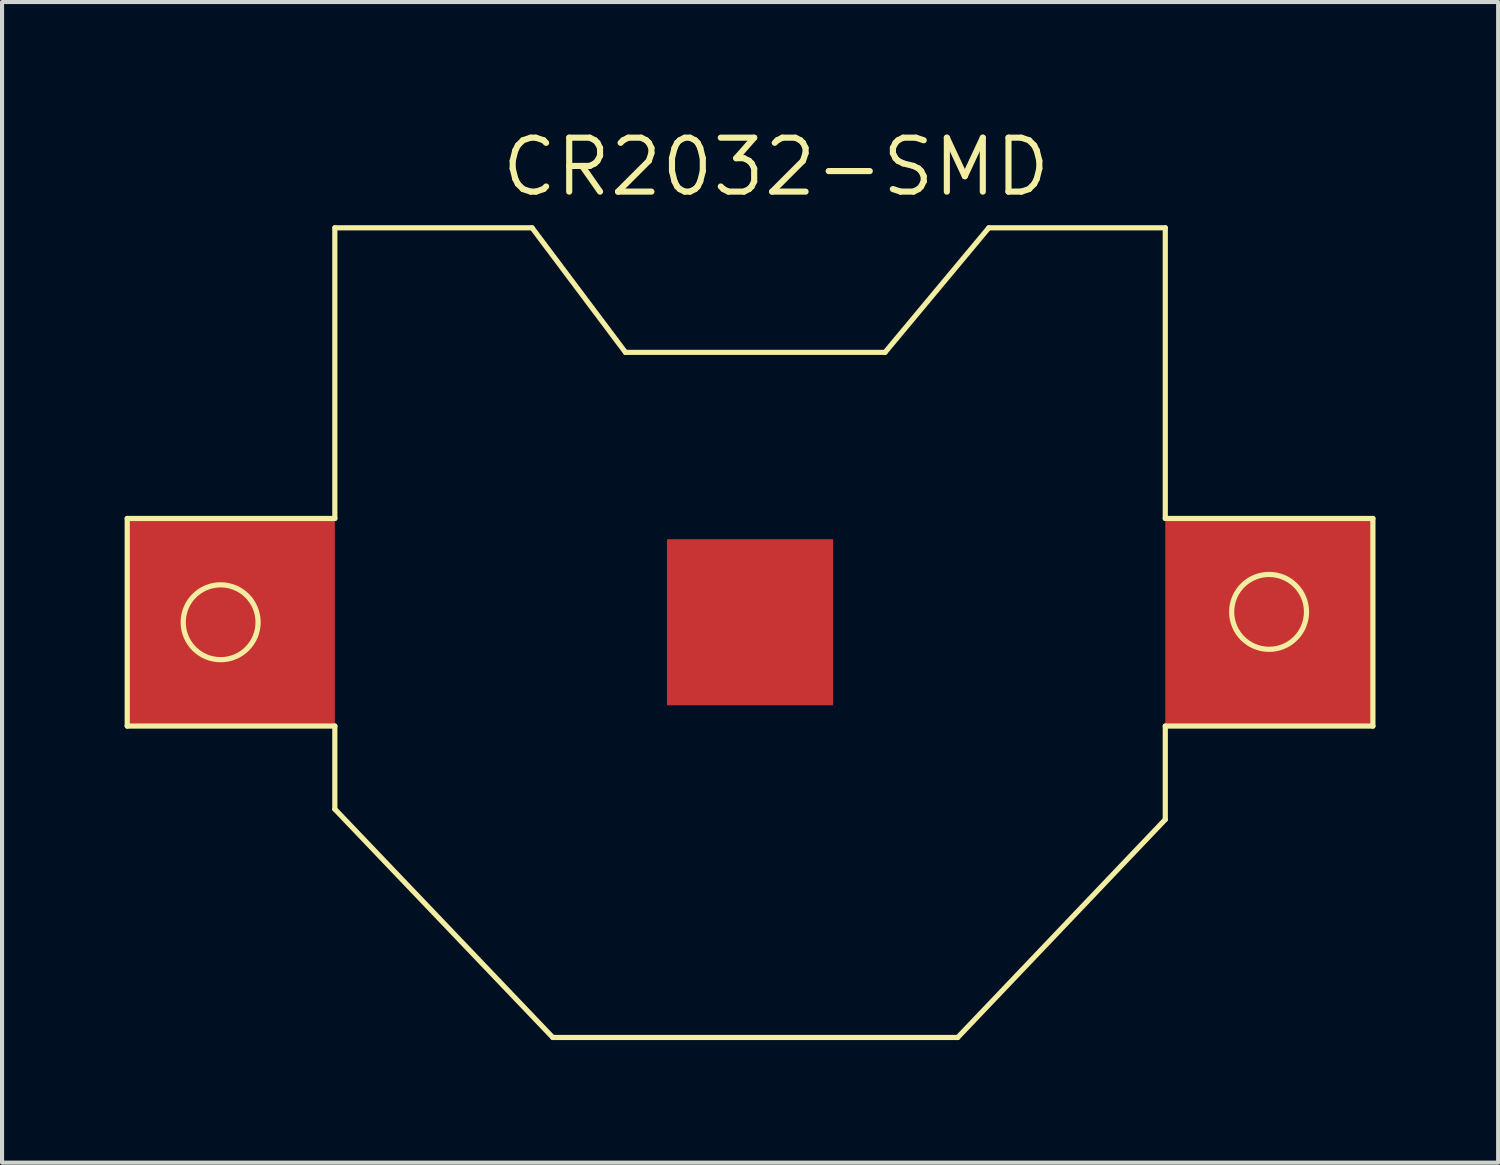
<source format=kicad_pcb>
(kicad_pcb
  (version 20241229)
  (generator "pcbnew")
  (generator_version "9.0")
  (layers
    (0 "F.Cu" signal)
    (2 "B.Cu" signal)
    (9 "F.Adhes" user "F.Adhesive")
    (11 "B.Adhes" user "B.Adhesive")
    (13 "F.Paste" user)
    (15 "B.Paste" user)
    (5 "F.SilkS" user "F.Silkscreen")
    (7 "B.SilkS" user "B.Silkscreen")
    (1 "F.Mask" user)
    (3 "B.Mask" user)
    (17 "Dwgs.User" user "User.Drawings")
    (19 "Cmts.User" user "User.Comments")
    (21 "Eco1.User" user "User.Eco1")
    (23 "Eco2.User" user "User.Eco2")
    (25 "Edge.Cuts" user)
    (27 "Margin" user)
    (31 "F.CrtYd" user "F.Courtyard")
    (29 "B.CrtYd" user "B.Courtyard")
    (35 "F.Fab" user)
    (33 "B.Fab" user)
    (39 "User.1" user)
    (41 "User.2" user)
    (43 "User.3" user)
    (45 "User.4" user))
  (footprint "CR2032-SMD"
    (layer "F.Cu")
    (at 15.303 12.176)
    (property "Reference" "CR2032-SMD" (at 0.635 -11.14 0) (layer "F.SilkS") (effects (font (size 1.32 1.32) (thickness 0.15))))
    (attr smd)
    (fp_poly (pts (xy -9 0) (xy -8.988 -0.471) (xy -8.951 -0.941) (xy -8.889 -1.408) (xy -8.803 -1.871) (xy -8.693 -2.329) (xy -8.56 -2.781) (xy -8.402 -3.225) (xy -8.222 -3.661) (xy -8.019 -4.086) (xy -7.794 -4.5) (xy -7.548 -4.902) (xy -7.281 -5.29) (xy -6.994 -5.664) (xy -6.688 -6.022) (xy -6.364 -6.364) (xy -6.022 -6.688) (xy -5.664 -6.994) (xy -5.29 -7.281) (xy -4.902 -7.548) (xy -4.5 -7.794) (xy -4.086 -8.019) (xy -3.661 -8.222) (xy -3.225 -8.402) (xy -2.781 -8.56) (xy -2.329 -8.693) (xy -1.871 -8.803) (xy -1.408 -8.889) (xy -0.941 -8.951) (xy -0.471 -8.988) (xy 0 -9) (xy 0.471 -8.988) (xy 0.941 -8.951) (xy 1.408 -8.889) (xy 1.871 -8.803) (xy 2.329 -8.693) (xy 2.781 -8.56) (xy 3.225 -8.402) (xy 3.661 -8.222) (xy 4.086 -8.019) (xy 4.5 -7.794) (xy 4.902 -7.548) (xy 5.29 -7.281) (xy 5.664 -6.994) (xy 6.022 -6.688) (xy 6.364 -6.364) (xy 6.688 -6.022) (xy 6.994 -5.664) (xy 7.281 -5.29) (xy 7.548 -4.902) (xy 7.794 -4.5) (xy 8.019 -4.086) (xy 8.222 -3.661) (xy 8.402 -3.225) (xy 8.56 -2.781) (xy 8.693 -2.329) (xy 8.803 -1.871) (xy 8.889 -1.408) (xy 8.951 -0.941) (xy 8.988 -0.471) (xy 9 0) (xy 8.988 0.471) (xy 8.951 0.941) (xy 8.889 1.408) (xy 8.803 1.871) (xy 8.693 2.329) (xy 8.56 2.781) (xy 8.402 3.225) (xy 8.222 3.661) (xy 8.019 4.086) (xy 7.794 4.5) (xy 7.548 4.902) (xy 7.281 5.29) (xy 6.994 5.664) (xy 6.688 6.022) (xy 6.364 6.364) (xy 6.022 6.688) (xy 5.664 6.994) (xy 5.29 7.281) (xy 4.902 7.548) (xy 4.5 7.794) (xy 4.086 8.019) (xy 3.661 8.222) (xy 3.225 8.402) (xy 2.781 8.56) (xy 2.329 8.693) (xy 1.871 8.803) (xy 1.408 8.889) (xy 0.941 8.951) (xy 0.471 8.988) (xy 0 9) (xy -0.471 8.988) (xy -0.941 8.951) (xy -1.408 8.889) (xy -1.871 8.803) (xy -2.329 8.693) (xy -2.781 8.56) (xy -3.225 8.402) (xy -3.661 8.222) (xy -4.086 8.019) (xy -4.5 7.794) (xy -4.902 7.548) (xy -5.29 7.281) (xy -5.664 6.994) (xy -6.022 6.688) (xy -6.364 6.364) (xy -6.688 6.022) (xy -6.994 5.664) (xy -7.281 5.29) (xy -7.548 4.902) (xy -7.794 4.5) (xy -8.019 4.086) (xy -8.222 3.661) (xy -8.402 3.225) (xy -8.56 2.781) (xy -8.693 2.329) (xy -8.803 1.871) (xy -8.889 1.408) (xy -8.951 0.941) (xy -8.988 0.471) (xy -9 0)) (stroke (width 0.127) (type solid)) (fill yes) (layer "F.Mask"))
    (fp_line (start -15.24 -2.54) (end -15.24 2.54) (stroke (width 0.127) (type solid)) (layer "F.SilkS"))
    (fp_line (start -15.24 2.54) (end -10.16 2.54) (stroke (width 0.127) (type solid)) (layer "F.SilkS"))
    (fp_line (start -10.16 -9.652) (end -10.16 -2.54) (stroke (width 0.127) (type solid)) (layer "F.SilkS"))
    (fp_line (start -10.16 -2.54) (end -15.24 -2.54) (stroke (width 0.127) (type solid)) (layer "F.SilkS"))
    (fp_line (start -10.16 2.54) (end -10.16 4.572) (stroke (width 0.127) (type solid)) (layer "F.SilkS"))
    (fp_line (start -10.16 4.572) (end -4.826 10.16) (stroke (width 0.127) (type solid)) (layer "F.SilkS"))
    (fp_line (start -5.334 -9.652) (end -10.16 -9.652) (stroke (width 0.127) (type solid)) (layer "F.SilkS"))
    (fp_line (start -4.826 10.16) (end 5.08 10.16) (stroke (width 0.127) (type solid)) (layer "F.SilkS"))
    (fp_line (start -3.048 -6.604) (end -5.334 -9.652) (stroke (width 0.127) (type solid)) (layer "F.SilkS"))
    (fp_line (start 3.302 -6.604) (end -3.048 -6.604) (stroke (width 0.127) (type solid)) (layer "F.SilkS"))
    (fp_line (start 5.08 10.16) (end 10.16 4.826) (stroke (width 0.127) (type solid)) (layer "F.SilkS"))
    (fp_line (start 5.842 -9.652) (end 3.302 -6.604) (stroke (width 0.127) (type solid)) (layer "F.SilkS"))
    (fp_line (start 10.16 -9.652) (end 5.842 -9.652) (stroke (width 0.127) (type solid)) (layer "F.SilkS"))
    (fp_line (start 10.16 -2.54) (end 10.16 -9.652) (stroke (width 0.127) (type solid)) (layer "F.SilkS"))
    (fp_line (start 10.16 2.54) (end 15.24 2.54) (stroke (width 0.127) (type solid)) (layer "F.SilkS"))
    (fp_line (start 10.16 4.826) (end 10.16 2.54) (stroke (width 0.127) (type solid)) (layer "F.SilkS"))
    (fp_line (start 15.24 -2.54) (end 10.16 -2.54) (stroke (width 0.127) (type solid)) (layer "F.SilkS"))
    (fp_line (start 15.24 2.54) (end 15.24 -2.54) (stroke (width 0.127) (type solid)) (layer "F.SilkS"))
    (fp_circle (center -12.954 0) (end -12.038 0) (stroke (width 0.127) (type solid)) (fill no) (layer "F.SilkS"))
    (fp_circle (center 12.7 -0.254) (end 13.616 -0.254) (stroke (width 0.127) (type solid)) (fill no) (layer "F.SilkS"))
    (pad "+$1" smd rect (at -12.7 0) (size 5.08 5.08) (layers "F.Cu" "F.Mask" "F.Paste"))
    (pad "+$2" smd rect (at 12.7 0) (size 5.08 5.08) (layers "F.Cu" "F.Mask" "F.Paste"))
    (pad "-" smd rect (at 0 0) (size 4.064 4.064) (layers "F.Cu" "F.Mask" "F.Paste")))
  (gr_rect
    (start -3 -3)
    (end 33.607 25.399)
    (stroke (width 0.1) (type default))
    (fill no)
    (layer "Edge.Cuts")))
</source>
